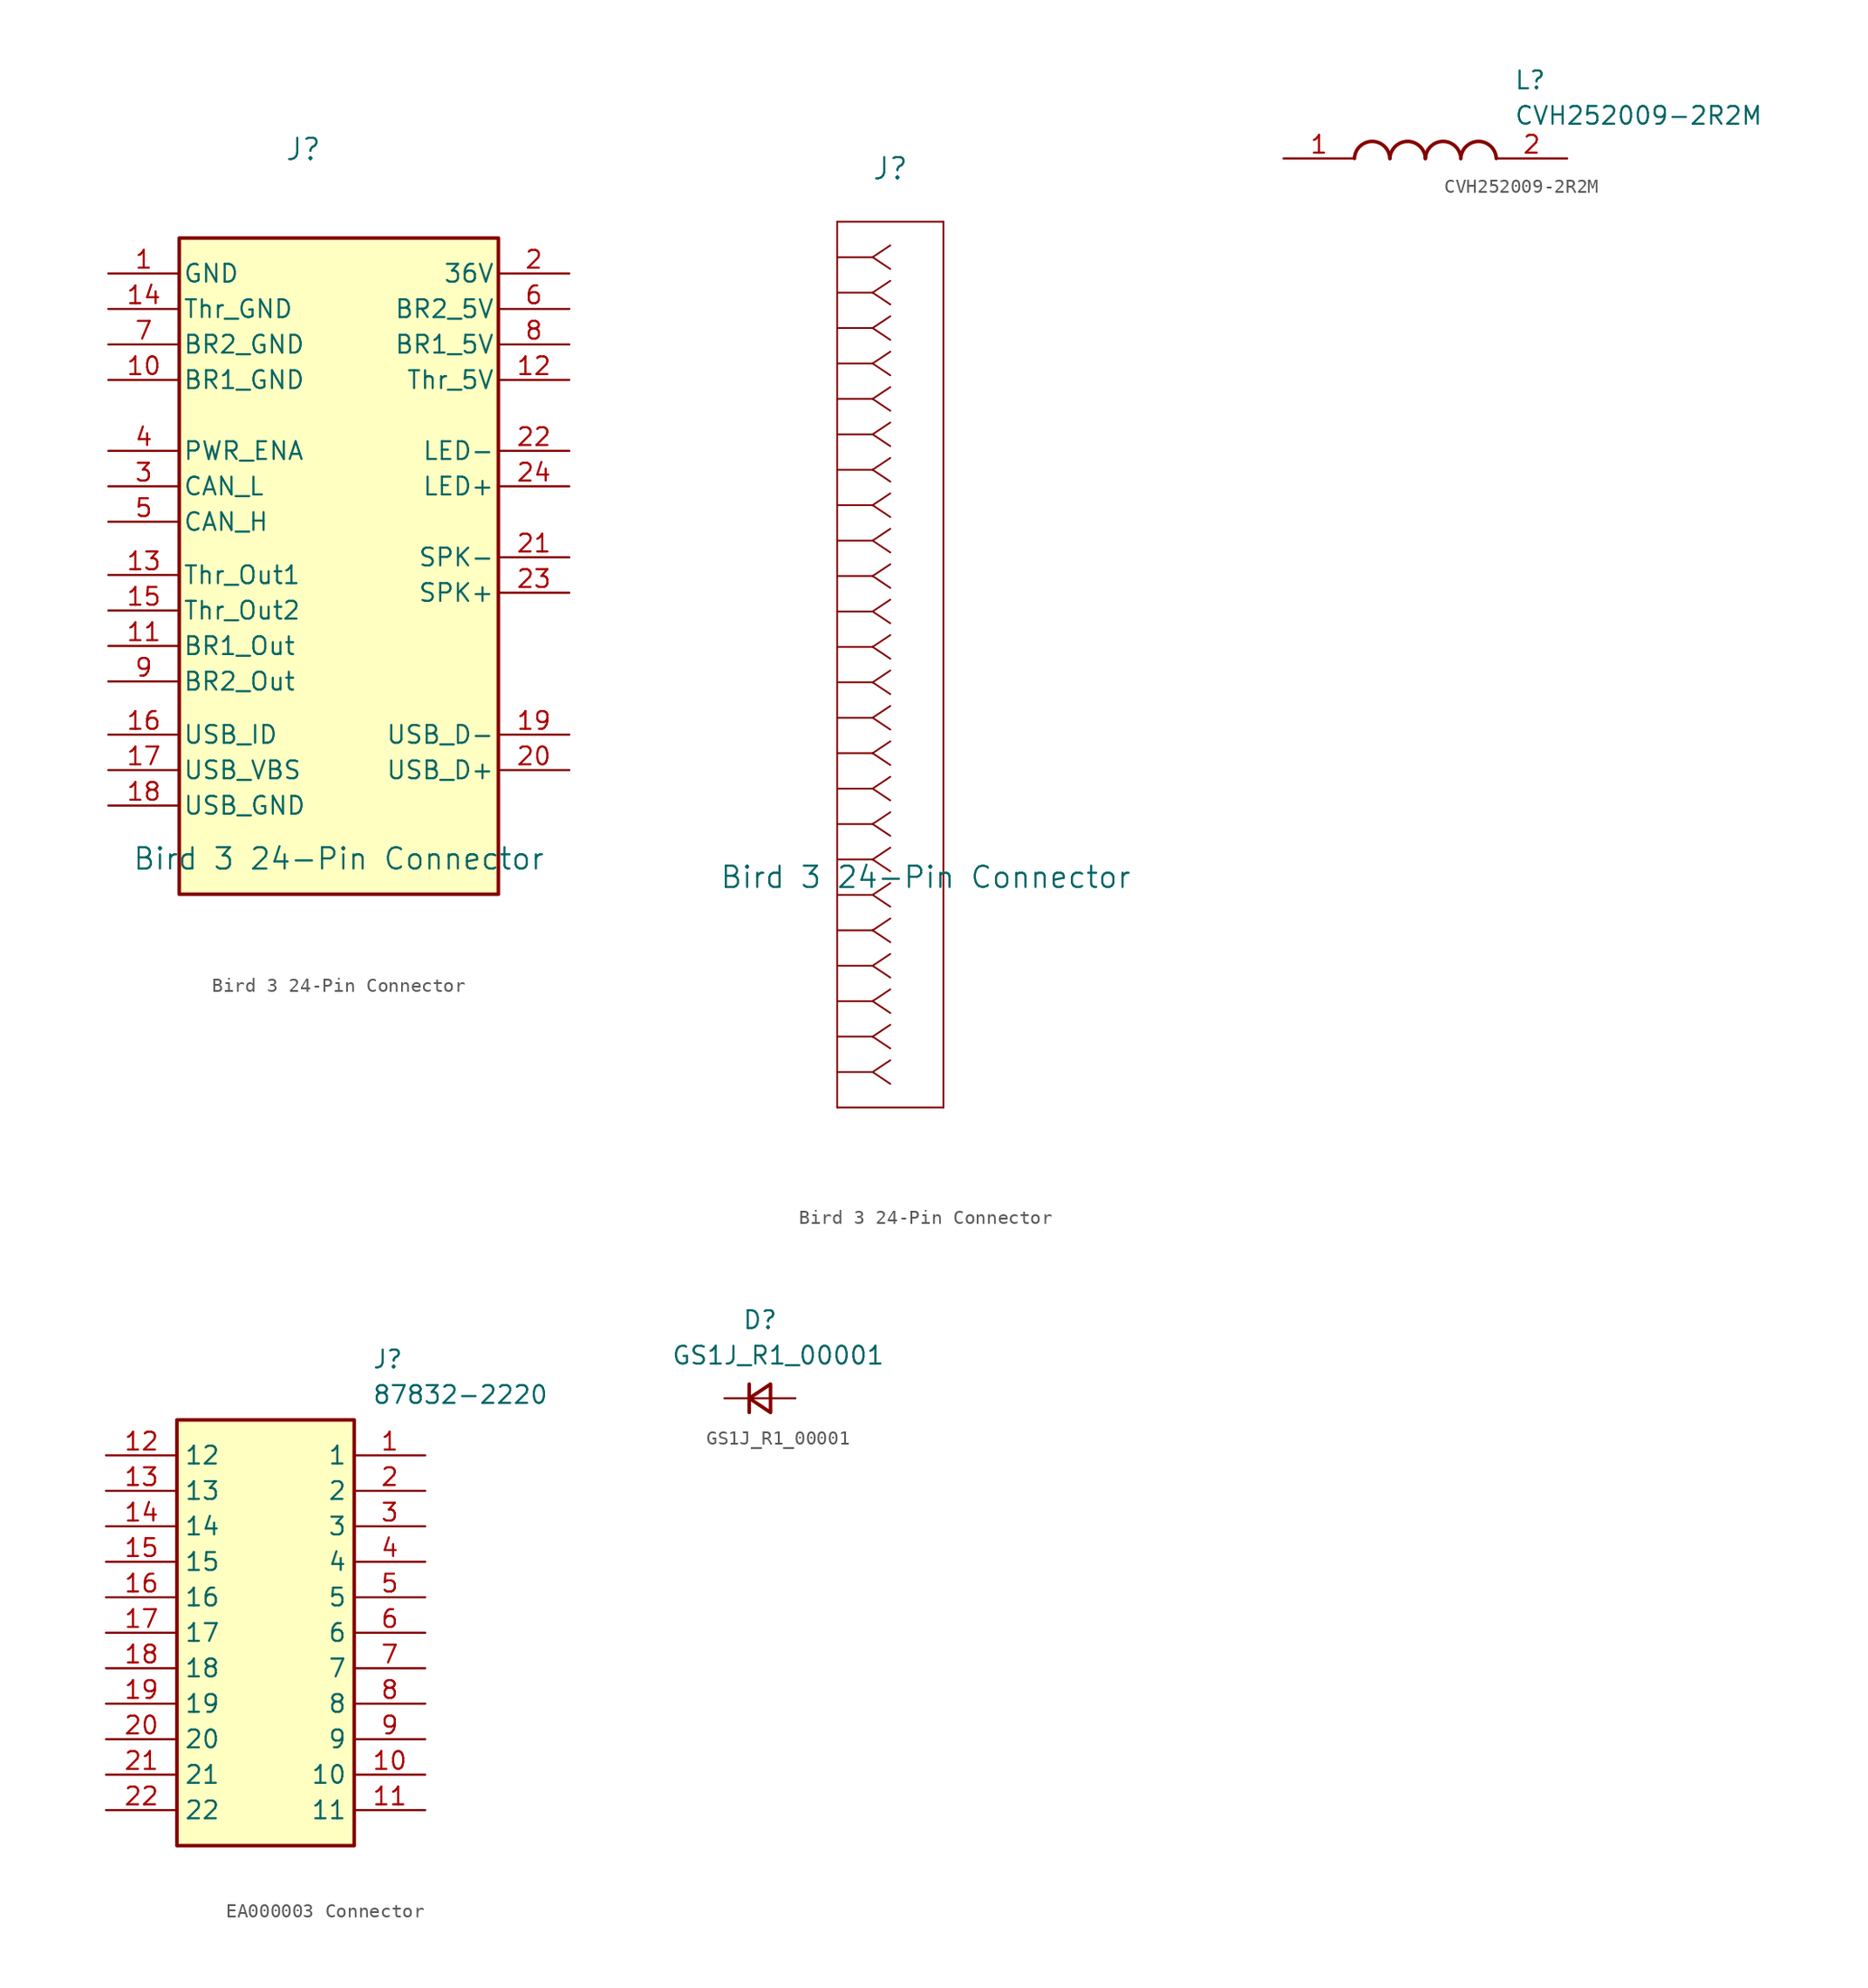
<source format=kicad_sym>
(kicad_symbol_lib
  (version 20231120)
  (generator "kicad_symbol_editor")
  (generator_version "8.0")
  (symbol "Bird 3 24-Pin Connector"
    (pin_names
      (offset 0.254))
    (property "Reference" "J"
      (at 8.89 6.35 0)
      (effects (font (size 1.524 1.524))))
    (property "Value" "Bird 3 24-Pin Connector"
      (at 11.43 -44.45 0)
      (do_not_autoplace)
      (effects (font (size 1.524 1.524))))
    (symbol "Bird 3 24-Pin Connector_1_1"
      (rectangle (start 0 0) (end 22.86 -46.99) (stroke (width 0.254) (type default)) (fill (type background)))
      (pin passive line (at -5.08 -2.54 0) (length 5.08) (name "GND" (effects (font (size 1.27 1.27)))) (number "1" (effects (font (size 1.27 1.27)))))
      (pin unspecified line (at -5.08 -10.16 0) (length 5.08) (name "BR1_GND" (effects (font (size 1.27 1.27)))) (number "10" (effects (font (size 1.27 1.27)))))
      (pin output line (at -5.08 -29.21 0) (length 5.08) (name "BR1_Out" (effects (font (size 1.27 1.27)))) (number "11" (effects (font (size 1.27 1.27)))))
      (pin power_in line (at 27.94 -10.16 180) (length 5.08) (name "Thr_5V" (effects (font (size 1.27 1.27)))) (number "12" (effects (font (size 1.27 1.27)))))
      (pin output line (at -5.08 -24.13 0) (length 5.08) (name "Thr_Out1" (effects (font (size 1.27 1.27)))) (number "13" (effects (font (size 1.27 1.27)))))
      (pin unspecified line (at -5.08 -5.08 0) (length 5.08) (name "Thr_GND" (effects (font (size 1.27 1.27)))) (number "14" (effects (font (size 1.27 1.27)))))
      (pin output line (at -5.08 -26.67 0) (length 5.08) (name "Thr_Out2" (effects (font (size 1.27 1.27)))) (number "15" (effects (font (size 1.27 1.27)))))
      (pin unspecified line (at -5.08 -35.56 0) (length 5.08) (name "USB_ID" (effects (font (size 1.27 1.27)))) (number "16" (effects (font (size 1.27 1.27)))))
      (pin unspecified line (at -5.08 -38.1 0) (length 5.08) (name "USB_VBS" (effects (font (size 1.27 1.27)))) (number "17" (effects (font (size 1.27 1.27)))))
      (pin unspecified line (at -5.08 -40.64 0) (length 5.08) (name "USB_GND" (effects (font (size 1.27 1.27)))) (number "18" (effects (font (size 1.27 1.27)))))
      (pin unspecified line (at 27.94 -35.56 180) (length 5.08) (name "USB_D-" (effects (font (size 1.27 1.27)))) (number "19" (effects (font (size 1.27 1.27)))))
      (pin power_out line (at 27.94 -2.54 180) (length 5.08) (name "36V" (effects (font (size 1.27 1.27)))) (number "2" (effects (font (size 1.27 1.27)))))
      (pin unspecified line (at 27.94 -38.1 180) (length 5.08) (name "USB_D+" (effects (font (size 1.27 1.27)))) (number "20" (effects (font (size 1.27 1.27)))))
      (pin unspecified line (at 27.94 -22.86 180) (length 5.08) (name "SPK-" (effects (font (size 1.27 1.27)))) (number "21" (effects (font (size 1.27 1.27)))))
      (pin passive line (at 27.94 -15.24 180) (length 5.08) (name "LED-" (effects (font (size 1.27 1.27)))) (number "22" (effects (font (size 1.27 1.27)))))
      (pin unspecified line (at 27.94 -25.4 180) (length 5.08) (name "SPK+" (effects (font (size 1.27 1.27)))) (number "23" (effects (font (size 1.27 1.27)))))
      (pin power_out line (at 27.94 -17.78 180) (length 5.08) (name "LED+" (effects (font (size 1.27 1.27)))) (number "24" (effects (font (size 1.27 1.27)))))
      (pin bidirectional line (at -5.08 -17.78 0) (length 5.08) (name "CAN_L" (effects (font (size 1.27 1.27)))) (number "3" (effects (font (size 1.27 1.27)))))
      (pin input line (at -5.08 -15.24 0) (length 5.08) (name "PWR_ENA" (effects (font (size 1.27 1.27)))) (number "4" (effects (font (size 1.27 1.27)))))
      (pin bidirectional line (at -5.08 -20.32 0) (length 5.08) (name "CAN_H" (effects (font (size 1.27 1.27)))) (number "5" (effects (font (size 1.27 1.27)))))
      (pin power_in line (at 27.94 -5.08 180) (length 5.08) (name "BR2_5V" (effects (font (size 1.27 1.27)))) (number "6" (effects (font (size 1.27 1.27)))))
      (pin unspecified line (at -5.08 -7.62 0) (length 5.08) (name "BR2_GND" (effects (font (size 1.27 1.27)))) (number "7" (effects (font (size 1.27 1.27)))))
      (pin power_in line (at 27.94 -7.62 180) (length 5.08) (name "BR1_5V" (effects (font (size 1.27 1.27)))) (number "8" (effects (font (size 1.27 1.27)))))
      (pin output line (at -5.08 -31.75 0) (length 5.08) (name "BR2_Out" (effects (font (size 1.27 1.27)))) (number "9" (effects (font (size 1.27 1.27))))))
    (symbol "Bird 3 24-Pin Connector_1_2"
      (polyline (pts (xy 5.08 -60.96) (xy 12.7 -60.96)) (stroke (width 0.127) (type default)) (fill (type none)))
      (polyline (pts (xy 5.08 2.54) (xy 5.08 -60.96)) (stroke (width 0.127) (type default)) (fill (type none)))
      (polyline (pts (xy 7.62 -58.42) (xy 5.08 -58.42)) (stroke (width 0.127) (type default)) (fill (type none)))
      (polyline (pts (xy 7.62 -58.42) (xy 8.89 -59.267)) (stroke (width 0.127) (type default)) (fill (type none)))
      (polyline (pts (xy 7.62 -58.42) (xy 8.89 -57.573)) (stroke (width 0.127) (type default)) (fill (type none)))
      (polyline (pts (xy 7.62 -55.88) (xy 5.08 -55.88)) (stroke (width 0.127) (type default)) (fill (type none)))
      (polyline (pts (xy 7.62 -55.88) (xy 8.89 -56.727)) (stroke (width 0.127) (type default)) (fill (type none)))
      (polyline (pts (xy 7.62 -55.88) (xy 8.89 -55.033)) (stroke (width 0.127) (type default)) (fill (type none)))
      (polyline (pts (xy 7.62 -53.34) (xy 5.08 -53.34)) (stroke (width 0.127) (type default)) (fill (type none)))
      (polyline (pts (xy 7.62 -53.34) (xy 8.89 -54.187)) (stroke (width 0.127) (type default)) (fill (type none)))
      (polyline (pts (xy 7.62 -53.34) (xy 8.89 -52.493)) (stroke (width 0.127) (type default)) (fill (type none)))
      (polyline (pts (xy 7.62 -50.8) (xy 5.08 -50.8)) (stroke (width 0.127) (type default)) (fill (type none)))
      (polyline (pts (xy 7.62 -50.8) (xy 8.89 -51.647)) (stroke (width 0.127) (type default)) (fill (type none)))
      (polyline (pts (xy 7.62 -50.8) (xy 8.89 -49.953)) (stroke (width 0.127) (type default)) (fill (type none)))
      (polyline (pts (xy 7.62 -48.26) (xy 5.08 -48.26)) (stroke (width 0.127) (type default)) (fill (type none)))
      (polyline (pts (xy 7.62 -48.26) (xy 8.89 -49.107)) (stroke (width 0.127) (type default)) (fill (type none)))
      (polyline (pts (xy 7.62 -48.26) (xy 8.89 -47.413)) (stroke (width 0.127) (type default)) (fill (type none)))
      (polyline (pts (xy 7.62 -45.72) (xy 5.08 -45.72)) (stroke (width 0.127) (type default)) (fill (type none)))
      (polyline (pts (xy 7.62 -45.72) (xy 8.89 -46.567)) (stroke (width 0.127) (type default)) (fill (type none)))
      (polyline (pts (xy 7.62 -45.72) (xy 8.89 -44.873)) (stroke (width 0.127) (type default)) (fill (type none)))
      (polyline (pts (xy 7.62 -43.18) (xy 5.08 -43.18)) (stroke (width 0.127) (type default)) (fill (type none)))
      (polyline (pts (xy 7.62 -43.18) (xy 8.89 -44.027)) (stroke (width 0.127) (type default)) (fill (type none)))
      (polyline (pts (xy 7.62 -43.18) (xy 8.89 -42.333)) (stroke (width 0.127) (type default)) (fill (type none)))
      (polyline (pts (xy 7.62 -40.64) (xy 5.08 -40.64)) (stroke (width 0.127) (type default)) (fill (type none)))
      (polyline (pts (xy 7.62 -40.64) (xy 8.89 -41.487)) (stroke (width 0.127) (type default)) (fill (type none)))
      (polyline (pts (xy 7.62 -40.64) (xy 8.89 -39.793)) (stroke (width 0.127) (type default)) (fill (type none)))
      (polyline (pts (xy 7.62 -38.1) (xy 5.08 -38.1)) (stroke (width 0.127) (type default)) (fill (type none)))
      (polyline (pts (xy 7.62 -38.1) (xy 8.89 -38.947)) (stroke (width 0.127) (type default)) (fill (type none)))
      (polyline (pts (xy 7.62 -38.1) (xy 8.89 -37.253)) (stroke (width 0.127) (type default)) (fill (type none)))
      (polyline (pts (xy 7.62 -35.56) (xy 5.08 -35.56)) (stroke (width 0.127) (type default)) (fill (type none)))
      (polyline (pts (xy 7.62 -35.56) (xy 8.89 -36.407)) (stroke (width 0.127) (type default)) (fill (type none)))
      (polyline (pts (xy 7.62 -35.56) (xy 8.89 -34.713)) (stroke (width 0.127) (type default)) (fill (type none)))
      (polyline (pts (xy 7.62 -33.02) (xy 5.08 -33.02)) (stroke (width 0.127) (type default)) (fill (type none)))
      (polyline (pts (xy 7.62 -33.02) (xy 8.89 -33.867)) (stroke (width 0.127) (type default)) (fill (type none)))
      (polyline (pts (xy 7.62 -33.02) (xy 8.89 -32.173)) (stroke (width 0.127) (type default)) (fill (type none)))
      (polyline (pts (xy 7.62 -30.48) (xy 5.08 -30.48)) (stroke (width 0.127) (type default)) (fill (type none)))
      (polyline (pts (xy 7.62 -30.48) (xy 8.89 -31.327)) (stroke (width 0.127) (type default)) (fill (type none)))
      (polyline (pts (xy 7.62 -30.48) (xy 8.89 -29.633)) (stroke (width 0.127) (type default)) (fill (type none)))
      (polyline (pts (xy 7.62 -27.94) (xy 5.08 -27.94)) (stroke (width 0.127) (type default)) (fill (type none)))
      (polyline (pts (xy 7.62 -27.94) (xy 8.89 -28.787)) (stroke (width 0.127) (type default)) (fill (type none)))
      (polyline (pts (xy 7.62 -27.94) (xy 8.89 -27.093)) (stroke (width 0.127) (type default)) (fill (type none)))
      (polyline (pts (xy 7.62 -25.4) (xy 5.08 -25.4)) (stroke (width 0.127) (type default)) (fill (type none)))
      (polyline (pts (xy 7.62 -25.4) (xy 8.89 -26.247)) (stroke (width 0.127) (type default)) (fill (type none)))
      (polyline (pts (xy 7.62 -25.4) (xy 8.89 -24.553)) (stroke (width 0.127) (type default)) (fill (type none)))
      (polyline (pts (xy 7.62 -22.86) (xy 5.08 -22.86)) (stroke (width 0.127) (type default)) (fill (type none)))
      (polyline (pts (xy 7.62 -22.86) (xy 8.89 -23.707)) (stroke (width 0.127) (type default)) (fill (type none)))
      (polyline (pts (xy 7.62 -22.86) (xy 8.89 -22.013)) (stroke (width 0.127) (type default)) (fill (type none)))
      (polyline (pts (xy 7.62 -20.32) (xy 5.08 -20.32)) (stroke (width 0.127) (type default)) (fill (type none)))
      (polyline (pts (xy 7.62 -20.32) (xy 8.89 -21.167)) (stroke (width 0.127) (type default)) (fill (type none)))
      (polyline (pts (xy 7.62 -20.32) (xy 8.89 -19.473)) (stroke (width 0.127) (type default)) (fill (type none)))
      (polyline (pts (xy 7.62 -17.78) (xy 5.08 -17.78)) (stroke (width 0.127) (type default)) (fill (type none)))
      (polyline (pts (xy 7.62 -17.78) (xy 8.89 -18.627)) (stroke (width 0.127) (type default)) (fill (type none)))
      (polyline (pts (xy 7.62 -17.78) (xy 8.89 -16.933)) (stroke (width 0.127) (type default)) (fill (type none)))
      (polyline (pts (xy 7.62 -15.24) (xy 5.08 -15.24)) (stroke (width 0.127) (type default)) (fill (type none)))
      (polyline (pts (xy 7.62 -15.24) (xy 8.89 -16.087)) (stroke (width 0.127) (type default)) (fill (type none)))
      (polyline (pts (xy 7.62 -15.24) (xy 8.89 -14.393)) (stroke (width 0.127) (type default)) (fill (type none)))
      (polyline (pts (xy 7.62 -12.7) (xy 5.08 -12.7)) (stroke (width 0.127) (type default)) (fill (type none)))
      (polyline (pts (xy 7.62 -12.7) (xy 8.89 -13.547)) (stroke (width 0.127) (type default)) (fill (type none)))
      (polyline (pts (xy 7.62 -12.7) (xy 8.89 -11.853)) (stroke (width 0.127) (type default)) (fill (type none)))
      (polyline (pts (xy 7.62 -10.16) (xy 5.08 -10.16)) (stroke (width 0.127) (type default)) (fill (type none)))
      (polyline (pts (xy 7.62 -10.16) (xy 8.89 -11.007)) (stroke (width 0.127) (type default)) (fill (type none)))
      (polyline (pts (xy 7.62 -10.16) (xy 8.89 -9.313)) (stroke (width 0.127) (type default)) (fill (type none)))
      (polyline (pts (xy 7.62 -7.62) (xy 5.08 -7.62)) (stroke (width 0.127) (type default)) (fill (type none)))
      (polyline (pts (xy 7.62 -7.62) (xy 8.89 -8.467)) (stroke (width 0.127) (type default)) (fill (type none)))
      (polyline (pts (xy 7.62 -7.62) (xy 8.89 -6.773)) (stroke (width 0.127) (type default)) (fill (type none)))
      (polyline (pts (xy 7.62 -5.08) (xy 5.08 -5.08)) (stroke (width 0.127) (type default)) (fill (type none)))
      (polyline (pts (xy 7.62 -5.08) (xy 8.89 -5.927)) (stroke (width 0.127) (type default)) (fill (type none)))
      (polyline (pts (xy 7.62 -5.08) (xy 8.89 -4.233)) (stroke (width 0.127) (type default)) (fill (type none)))
      (polyline (pts (xy 7.62 -2.54) (xy 5.08 -2.54)) (stroke (width 0.127) (type default)) (fill (type none)))
      (polyline (pts (xy 7.62 -2.54) (xy 8.89 -3.387)) (stroke (width 0.127) (type default)) (fill (type none)))
      (polyline (pts (xy 7.62 -2.54) (xy 8.89 -1.693)) (stroke (width 0.127) (type default)) (fill (type none)))
      (polyline (pts (xy 7.62 0) (xy 5.08 0)) (stroke (width 0.127) (type default)) (fill (type none)))
      (polyline (pts (xy 7.62 0) (xy 8.89 -0.847)) (stroke (width 0.127) (type default)) (fill (type none)))
      (polyline (pts (xy 7.62 0) (xy 8.89 0.847)) (stroke (width 0.127) (type default)) (fill (type none)))
      (polyline (pts (xy 12.7 -60.96) (xy 12.7 2.54)) (stroke (width 0.127) (type default)) (fill (type none)))
      (polyline (pts (xy 12.7 2.54) (xy 5.08 2.54)) (stroke (width 0.127) (type default)) (fill (type none)))))
  (symbol "CVH252009-2R2M"
    (pin_names hide)
    (property "Reference" "L"
      (at 16.51 6.35 0)
      (effects (font (size 1.27 1.27)) (justify left top)))
    (property "Value" "CVH252009-2R2M"
      (at 16.51 3.81 0)
      (effects (font (size 1.27 1.27)) (justify left top)))
    (symbol "CVH252009-2R2M_1_1"
      (arc (start 7.62 0) (mid 6.35 1.219) (end 5.08 0) (stroke (width 0.254) (type default)) (fill (type none)))
      (arc (start 10.16 0) (mid 8.89 1.219) (end 7.62 0) (stroke (width 0.254) (type default)) (fill (type none)))
      (arc (start 12.7 0) (mid 11.43 1.219) (end 10.16 0) (stroke (width 0.254) (type default)) (fill (type none)))
      (arc (start 15.24 0) (mid 13.97 1.219) (end 12.7 0) (stroke (width 0.254) (type default)) (fill (type none)))
      (pin passive line (at 0 0 0) (length 5.08) (name "1" (effects (font (size 1.27 1.27)))) (number "1" (effects (font (size 1.27 1.27)))))
      (pin passive line (at 20.32 0 180) (length 5.08) (name "2" (effects (font (size 1.27 1.27)))) (number "2" (effects (font (size 1.27 1.27)))))))
  (symbol "EA000003 Connector"
    (property "Reference" "J"
      (at 19.05 7.62 0)
      (effects (font (size 1.27 1.27)) (justify left top)))
    (property "Value" "87832-2220"
      (at 19.05 5.08 0)
      (effects (font (size 1.27 1.27)) (justify left top)))
    (symbol "EA000003 Connector_1_1"
      (rectangle (start 5.08 2.54) (end 17.78 -27.94) (stroke (width 0.254) (type default)) (fill (type background)))
      (pin passive line (at 22.86 0 180) (length 5.08) (name "1" (effects (font (size 1.27 1.27)))) (number "1" (effects (font (size 1.27 1.27)))))
      (pin passive line (at 22.86 -22.86 180) (length 5.08) (name "10" (effects (font (size 1.27 1.27)))) (number "10" (effects (font (size 1.27 1.27)))))
      (pin passive line (at 22.86 -25.4 180) (length 5.08) (name "11" (effects (font (size 1.27 1.27)))) (number "11" (effects (font (size 1.27 1.27)))))
      (pin passive line (at 0 0 0) (length 5.08) (name "12" (effects (font (size 1.27 1.27)))) (number "12" (effects (font (size 1.27 1.27)))))
      (pin passive line (at 0 -2.54 0) (length 5.08) (name "13" (effects (font (size 1.27 1.27)))) (number "13" (effects (font (size 1.27 1.27)))))
      (pin passive line (at 0 -5.08 0) (length 5.08) (name "14" (effects (font (size 1.27 1.27)))) (number "14" (effects (font (size 1.27 1.27)))))
      (pin passive line (at 0 -7.62 0) (length 5.08) (name "15" (effects (font (size 1.27 1.27)))) (number "15" (effects (font (size 1.27 1.27)))))
      (pin passive line (at 0 -10.16 0) (length 5.08) (name "16" (effects (font (size 1.27 1.27)))) (number "16" (effects (font (size 1.27 1.27)))))
      (pin passive line (at 0 -12.7 0) (length 5.08) (name "17" (effects (font (size 1.27 1.27)))) (number "17" (effects (font (size 1.27 1.27)))))
      (pin passive line (at 0 -15.24 0) (length 5.08) (name "18" (effects (font (size 1.27 1.27)))) (number "18" (effects (font (size 1.27 1.27)))))
      (pin passive line (at 0 -17.78 0) (length 5.08) (name "19" (effects (font (size 1.27 1.27)))) (number "19" (effects (font (size 1.27 1.27)))))
      (pin passive line (at 22.86 -2.54 180) (length 5.08) (name "2" (effects (font (size 1.27 1.27)))) (number "2" (effects (font (size 1.27 1.27)))))
      (pin passive line (at 0 -20.32 0) (length 5.08) (name "20" (effects (font (size 1.27 1.27)))) (number "20" (effects (font (size 1.27 1.27)))))
      (pin passive line (at 0 -22.86 0) (length 5.08) (name "21" (effects (font (size 1.27 1.27)))) (number "21" (effects (font (size 1.27 1.27)))))
      (pin passive line (at 0 -25.4 0) (length 5.08) (name "22" (effects (font (size 1.27 1.27)))) (number "22" (effects (font (size 1.27 1.27)))))
      (pin passive line (at 22.86 -5.08 180) (length 5.08) (name "3" (effects (font (size 1.27 1.27)))) (number "3" (effects (font (size 1.27 1.27)))))
      (pin passive line (at 22.86 -7.62 180) (length 5.08) (name "4" (effects (font (size 1.27 1.27)))) (number "4" (effects (font (size 1.27 1.27)))))
      (pin passive line (at 22.86 -10.16 180) (length 5.08) (name "5" (effects (font (size 1.27 1.27)))) (number "5" (effects (font (size 1.27 1.27)))))
      (pin passive line (at 22.86 -12.7 180) (length 5.08) (name "6" (effects (font (size 1.27 1.27)))) (number "6" (effects (font (size 1.27 1.27)))))
      (pin passive line (at 22.86 -15.24 180) (length 5.08) (name "7" (effects (font (size 1.27 1.27)))) (number "7" (effects (font (size 1.27 1.27)))))
      (pin passive line (at 22.86 -17.78 180) (length 5.08) (name "8" (effects (font (size 1.27 1.27)))) (number "8" (effects (font (size 1.27 1.27)))))
      (pin passive line (at 22.86 -20.32 180) (length 5.08) (name "9" (effects (font (size 1.27 1.27)))) (number "9" (effects (font (size 1.27 1.27)))))))
  (symbol "GS1J_R1_00001"
    (pin_numbers hide)
    (pin_names hide)
    (property "Reference" "D"
      (at 1.27 6.35 0)
      (effects (font (size 1.27 1.27)) (justify left top)))
    (property "Value" "GS1J_R1_00001"
      (at -3.81 3.81 0)
      (effects (font (size 1.27 1.27)) (justify left top)))
    (symbol "GS1J_R1_00001_0_1"
      (polyline (pts (xy 1.778 -1.016) (xy 1.778 1.016)) (stroke (width 0.254) (type default)) (fill (type none)))
      (polyline (pts (xy 1.778 0) (xy 3.302 0)) (stroke (width 0) (type default)) (fill (type none)))
      (polyline (pts (xy 3.302 -1.016) (xy 1.778 0) (xy 3.302 1.016) (xy 3.302 -1.016)) (stroke (width 0.254) (type default)) (fill (type none))))
    (symbol "GS1J_R1_00001_1_1"
      (pin passive line (at 0 0 0) (length 1.778) (name "K" (effects (font (size 1.27 1.27)))) (number "1" (effects (font (size 1.27 1.27)))))
      (pin passive line (at 5.08 0 180) (length 1.778) (name "A" (effects (font (size 1.27 1.27)))) (number "2" (effects (font (size 1.27 1.27))))))))
</source>
